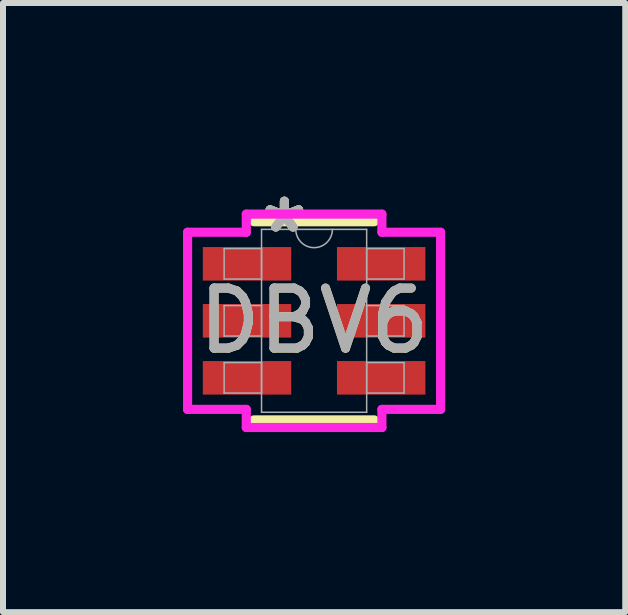
<source format=kicad_pcb>
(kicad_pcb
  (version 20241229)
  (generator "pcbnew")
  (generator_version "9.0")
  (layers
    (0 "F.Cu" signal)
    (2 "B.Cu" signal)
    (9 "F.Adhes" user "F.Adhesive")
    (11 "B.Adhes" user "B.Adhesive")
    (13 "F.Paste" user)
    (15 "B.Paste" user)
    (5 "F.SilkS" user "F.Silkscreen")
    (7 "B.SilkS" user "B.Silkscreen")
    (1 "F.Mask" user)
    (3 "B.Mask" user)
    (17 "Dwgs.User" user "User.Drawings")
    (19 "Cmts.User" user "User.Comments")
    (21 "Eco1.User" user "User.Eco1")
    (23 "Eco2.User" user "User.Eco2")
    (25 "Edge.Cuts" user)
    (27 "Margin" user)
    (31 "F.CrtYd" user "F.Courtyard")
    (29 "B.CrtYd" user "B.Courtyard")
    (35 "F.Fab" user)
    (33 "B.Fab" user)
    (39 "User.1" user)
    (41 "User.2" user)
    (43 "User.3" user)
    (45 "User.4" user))
  (footprint "DBV6"
    (layer "F.Cu")
    (at 2.184 2.296)
    (property "Reference" "DBV6" (at 0 0 0) (unlocked yes) (layer "F.SilkS") (effects (font (size 1 1) (thickness 0.15))))
    (attr smd)
    (fp_line (start -1.003 1.651) (end 1.003 1.651) (stroke (width 0.152) (type solid)) (layer "F.SilkS"))
    (fp_line (start 1.003 -1.651) (end -1.003 -1.651) (stroke (width 0.152) (type solid)) (layer "F.SilkS"))
    (fp_line (start -2.108 -1.476) (end -1.13 -1.476) (stroke (width 0.152) (type solid)) (layer "F.CrtYd"))
    (fp_line (start -2.108 1.476) (end -2.108 -1.476) (stroke (width 0.152) (type solid)) (layer "F.CrtYd"))
    (fp_line (start -2.108 1.476) (end -1.13 1.476) (stroke (width 0.152) (type solid)) (layer "F.CrtYd"))
    (fp_line (start -1.13 -1.778) (end 1.13 -1.778) (stroke (width 0.152) (type solid)) (layer "F.CrtYd"))
    (fp_line (start -1.13 -1.476) (end -1.13 -1.778) (stroke (width 0.152) (type solid)) (layer "F.CrtYd"))
    (fp_line (start -1.13 1.778) (end -1.13 1.476) (stroke (width 0.152) (type solid)) (layer "F.CrtYd"))
    (fp_line (start 1.13 -1.778) (end 1.13 -1.476) (stroke (width 0.152) (type solid)) (layer "F.CrtYd"))
    (fp_line (start 1.13 1.476) (end 1.13 1.778) (stroke (width 0.152) (type solid)) (layer "F.CrtYd"))
    (fp_line (start 1.13 1.778) (end -1.13 1.778) (stroke (width 0.152) (type solid)) (layer "F.CrtYd"))
    (fp_line (start 2.108 -1.476) (end 1.13 -1.476) (stroke (width 0.152) (type solid)) (layer "F.CrtYd"))
    (fp_line (start 2.108 -1.476) (end 2.108 1.476) (stroke (width 0.152) (type solid)) (layer "F.CrtYd"))
    (fp_line (start 2.108 1.476) (end 1.13 1.476) (stroke (width 0.152) (type solid)) (layer "F.CrtYd"))
    (fp_line (start -1.499 -1.204) (end -1.499 -0.696) (stroke (width 0.025) (type solid)) (layer "F.Fab"))
    (fp_line (start -1.499 -0.696) (end -0.876 -0.696) (stroke (width 0.025) (type solid)) (layer "F.Fab"))
    (fp_line (start -1.499 -0.254) (end -1.499 0.254) (stroke (width 0.025) (type solid)) (layer "F.Fab"))
    (fp_line (start -1.499 0.254) (end -0.876 0.254) (stroke (width 0.025) (type solid)) (layer "F.Fab"))
    (fp_line (start -1.499 0.696) (end -1.499 1.204) (stroke (width 0.025) (type solid)) (layer "F.Fab"))
    (fp_line (start -1.499 1.204) (end -0.876 1.204) (stroke (width 0.025) (type solid)) (layer "F.Fab"))
    (fp_line (start -0.876 -1.524) (end -0.876 1.524) (stroke (width 0.025) (type solid)) (layer "F.Fab"))
    (fp_line (start -0.876 -1.204) (end -1.499 -1.204) (stroke (width 0.025) (type solid)) (layer "F.Fab"))
    (fp_line (start -0.876 -0.696) (end -0.876 -1.204) (stroke (width 0.025) (type solid)) (layer "F.Fab"))
    (fp_line (start -0.876 -0.254) (end -1.499 -0.254) (stroke (width 0.025) (type solid)) (layer "F.Fab"))
    (fp_line (start -0.876 0.254) (end -0.876 -0.254) (stroke (width 0.025) (type solid)) (layer "F.Fab"))
    (fp_line (start -0.876 0.696) (end -1.499 0.696) (stroke (width 0.025) (type solid)) (layer "F.Fab"))
    (fp_line (start -0.876 1.204) (end -0.876 0.696) (stroke (width 0.025) (type solid)) (layer "F.Fab"))
    (fp_line (start -0.876 1.524) (end 0.876 1.524) (stroke (width 0.025) (type solid)) (layer "F.Fab"))
    (fp_line (start 0.876 -1.524) (end -0.876 -1.524) (stroke (width 0.025) (type solid)) (layer "F.Fab"))
    (fp_line (start 0.876 -1.204) (end 0.876 -0.696) (stroke (width 0.025) (type solid)) (layer "F.Fab"))
    (fp_line (start 0.876 -0.696) (end 1.499 -0.696) (stroke (width 0.025) (type solid)) (layer "F.Fab"))
    (fp_line (start 0.876 -0.254) (end 0.876 0.254) (stroke (width 0.025) (type solid)) (layer "F.Fab"))
    (fp_line (start 0.876 0.254) (end 1.499 0.254) (stroke (width 0.025) (type solid)) (layer "F.Fab"))
    (fp_line (start 0.876 0.696) (end 0.876 1.204) (stroke (width 0.025) (type solid)) (layer "F.Fab"))
    (fp_line (start 0.876 1.204) (end 1.499 1.204) (stroke (width 0.025) (type solid)) (layer "F.Fab"))
    (fp_line (start 0.876 1.524) (end 0.876 -1.524) (stroke (width 0.025) (type solid)) (layer "F.Fab"))
    (fp_line (start 1.499 -1.204) (end 0.876 -1.204) (stroke (width 0.025) (type solid)) (layer "F.Fab"))
    (fp_line (start 1.499 -0.696) (end 1.499 -1.204) (stroke (width 0.025) (type solid)) (layer "F.Fab"))
    (fp_line (start 1.499 -0.254) (end 0.876 -0.254) (stroke (width 0.025) (type solid)) (layer "F.Fab"))
    (fp_line (start 1.499 0.254) (end 1.499 -0.254) (stroke (width 0.025) (type solid)) (layer "F.Fab"))
    (fp_line (start 1.499 0.696) (end 0.876 0.696) (stroke (width 0.025) (type solid)) (layer "F.Fab"))
    (fp_line (start 1.499 1.204) (end 1.499 0.696) (stroke (width 0.025) (type solid)) (layer "F.Fab"))
    (fp_arc (start 0.3048 -1.524) (mid 0 -1.2192) (end -0.3048 -1.524) (stroke (width 0.0254) (type solid)) (layer "F.Fab"))
    (fp_text user "*" (at -0.495 -1.448 0) (layer "F.SilkS") (effects (font (size 1 1) (thickness 0.15))))
    (fp_text user "*" (at -0.495 -1.448 0) (unlocked yes) (layer "F.SilkS") (effects (font (size 1 1) (thickness 0.15))))
    (fp_text user "*" (at -0.495 -1.448 0) (unlocked yes) (layer "F.Fab") (effects (font (size 1 1) (thickness 0.15))))
    (fp_text user "${REFERENCE}" (at 0 0 0) (unlocked yes) (layer "F.Fab") (effects (font (size 1 1) (thickness 0.15))))
    (fp_text user "*" (at -0.495 -1.448 0) (layer "F.Fab") (effects (font (size 1 1) (thickness 0.15))))
    (pad "1" smd rect (at -1.118 -0.95) (size 1.473 0.559) (layers "F.Cu" "F.Mask" "F.Paste"))
    (pad "2" smd rect (at -1.118 0) (size 1.473 0.559) (layers "F.Cu" "F.Mask" "F.Paste"))
    (pad "3" smd rect (at -1.118 0.95) (size 1.473 0.559) (layers "F.Cu" "F.Mask" "F.Paste"))
    (pad "4" smd rect (at 1.118 0.95) (size 1.473 0.559) (layers "F.Cu" "F.Mask" "F.Paste"))
    (pad "5" smd rect (at 1.118 0) (size 1.473 0.559) (layers "F.Cu" "F.Mask" "F.Paste"))
    (pad "6" smd rect (at 1.118 -0.95) (size 1.473 0.559) (layers "F.Cu" "F.Mask" "F.Paste")))
  (gr_rect
    (start -3 -3)
    (end 7.369 7.15)
    (stroke (width 0.1) (type default))
    (fill no)
    (layer "Edge.Cuts")))
</source>
